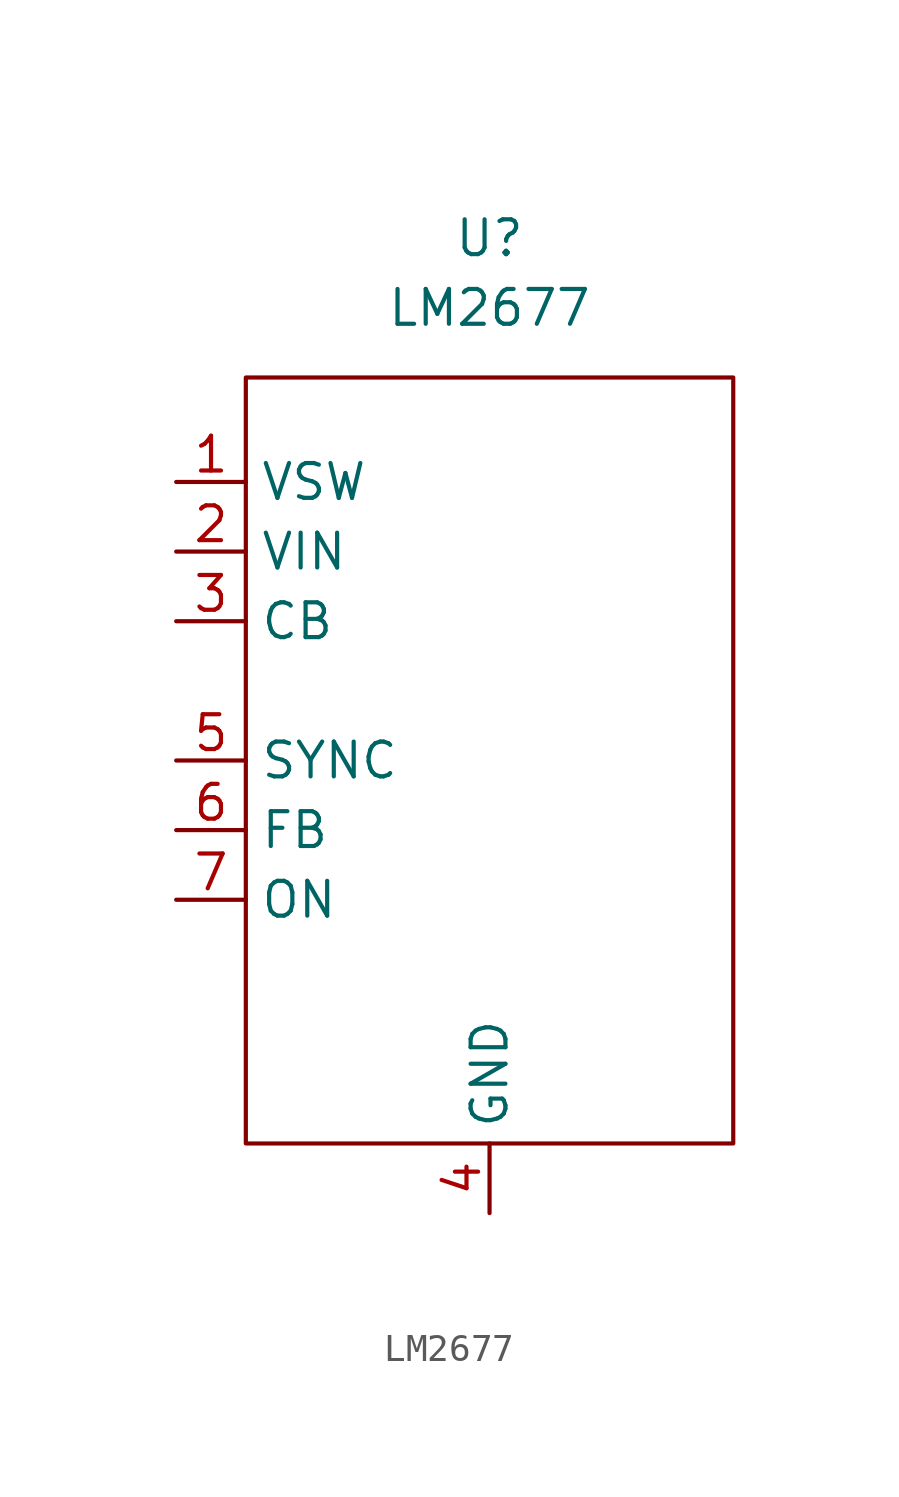
<source format=kicad_sym>
(kicad_symbol_lib
  (version 20211014)
  (generator kicad_symbol_editor)
  (symbol "LM2677"
    (property "Reference" "U"
      (at 0 19.05 0)
      (effects (font (size 1.27 1.27))))
    (property "Value" "LM2677"
      (at 0 16.51 0)
      (effects (font (size 1.27 1.27))))
    (symbol "LM2677_0_1"
      (rectangle (start -8.89 13.97) (end 8.89 -13.97) (stroke (width 0) (type default) (color 0 0 0 0)) (fill (type none))))
    (symbol "LM2677_1_1"
      (pin power_out line (at -11.43 10.16 0) (length 2.54) (name "VSW" (effects (font (size 1.27 1.27)))) (number "1" (effects (font (size 1.27 1.27)))))
      (pin power_in line (at -11.43 7.62 0) (length 2.54) (name "VIN" (effects (font (size 1.27 1.27)))) (number "2" (effects (font (size 1.27 1.27)))))
      (pin input line (at -11.43 5.08 0) (length 2.54) (name "CB" (effects (font (size 1.27 1.27)))) (number "3" (effects (font (size 1.27 1.27)))))
      (pin power_out line (at 0 -16.51 90) (length 2.54) (name "GND" (effects (font (size 1.27 1.27)))) (number "4" (effects (font (size 1.27 1.27)))))
      (pin input line (at -11.43 0 0) (length 2.54) (name "SYNC" (effects (font (size 1.27 1.27)))) (number "5" (effects (font (size 1.27 1.27)))))
      (pin input line (at -11.43 -2.54 0) (length 2.54) (name "FB" (effects (font (size 1.27 1.27)))) (number "6" (effects (font (size 1.27 1.27)))))
      (pin input line (at -11.43 -5.08 0) (length 2.54) (name "ON" (effects (font (size 1.27 1.27)))) (number "7" (effects (font (size 1.27 1.27))))))))
</source>
